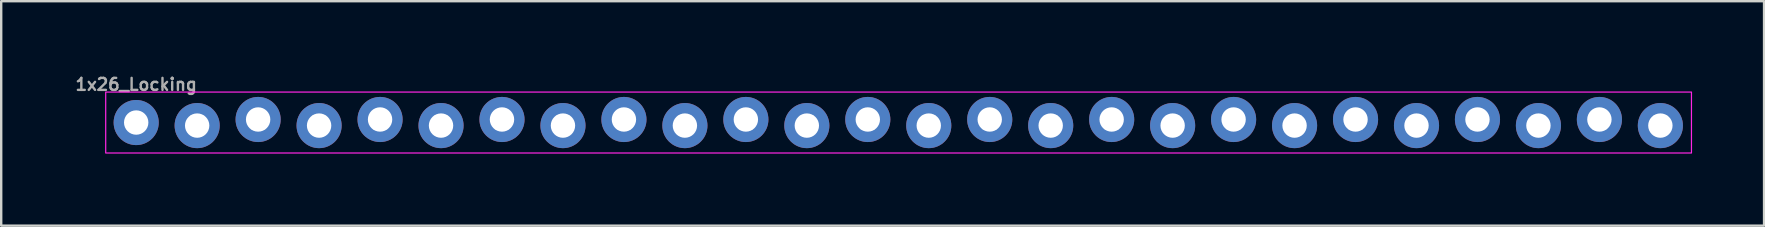
<source format=kicad_pcb>
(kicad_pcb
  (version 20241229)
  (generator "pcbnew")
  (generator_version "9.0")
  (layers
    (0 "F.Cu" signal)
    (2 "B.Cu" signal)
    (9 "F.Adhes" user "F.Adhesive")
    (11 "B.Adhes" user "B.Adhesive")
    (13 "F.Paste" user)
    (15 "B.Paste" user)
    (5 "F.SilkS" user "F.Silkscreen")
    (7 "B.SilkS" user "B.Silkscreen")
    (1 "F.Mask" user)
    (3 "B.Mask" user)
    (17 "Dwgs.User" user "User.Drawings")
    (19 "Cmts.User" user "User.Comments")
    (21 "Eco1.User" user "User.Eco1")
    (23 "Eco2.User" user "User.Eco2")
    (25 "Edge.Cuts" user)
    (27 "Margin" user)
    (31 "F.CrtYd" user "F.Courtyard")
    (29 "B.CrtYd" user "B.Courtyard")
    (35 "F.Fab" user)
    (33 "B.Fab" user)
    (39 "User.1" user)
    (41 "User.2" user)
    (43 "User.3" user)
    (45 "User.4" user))
  (footprint "1x26_Locking"
    (layer "F.Cu")
    (at 2.624 2.055)
    (property "Reference" "1x26_Locking" (at 0 -1.587 0) (layer "F.Fab") (effects (font (size 0.5 0.5) (thickness 0.1))))
    (fp_rect (start -1.27 -1.27) (end 64.795 1.27) (stroke (width 0.05) (type default)) (fill no) (layer "F.CrtYd"))
    (fp_poly (pts (xy -0.254 0.254) (xy 0.254 0.254) (xy 0.254 -0.254) (xy -0.254 -0.254)) (stroke (width 0.1) (type default)) (fill no) (layer "F.Fab"))
    (fp_poly (pts (xy 2.286 0.254) (xy 2.794 0.254) (xy 2.794 -0.254) (xy 2.286 -0.254)) (stroke (width 0.1) (type default)) (fill no) (layer "F.Fab"))
    (fp_poly (pts (xy 4.826 0.254) (xy 5.334 0.254) (xy 5.334 -0.254) (xy 4.826 -0.254)) (stroke (width 0.1) (type default)) (fill no) (layer "F.Fab"))
    (fp_poly (pts (xy 7.366 0.254) (xy 7.874 0.254) (xy 7.874 -0.254) (xy 7.366 -0.254)) (stroke (width 0.1) (type default)) (fill no) (layer "F.Fab"))
    (fp_poly (pts (xy 9.906 0.254) (xy 10.414 0.254) (xy 10.414 -0.254) (xy 9.906 -0.254)) (stroke (width 0.1) (type default)) (fill no) (layer "F.Fab"))
    (fp_poly (pts (xy 12.446 0.254) (xy 12.954 0.254) (xy 12.954 -0.254) (xy 12.446 -0.254)) (stroke (width 0.1) (type default)) (fill no) (layer "F.Fab"))
    (fp_poly (pts (xy 14.986 0.254) (xy 15.494 0.254) (xy 15.494 -0.254) (xy 14.986 -0.254)) (stroke (width 0.1) (type default)) (fill no) (layer "F.Fab"))
    (fp_poly (pts (xy 17.526 0.254) (xy 18.034 0.254) (xy 18.034 -0.254) (xy 17.526 -0.254)) (stroke (width 0.1) (type default)) (fill no) (layer "F.Fab"))
    (fp_poly (pts (xy 20.066 0.254) (xy 20.574 0.254) (xy 20.574 -0.254) (xy 20.066 -0.254)) (stroke (width 0.1) (type default)) (fill no) (layer "F.Fab"))
    (fp_poly (pts (xy 22.606 0.254) (xy 23.114 0.254) (xy 23.114 -0.254) (xy 22.606 -0.254)) (stroke (width 0.1) (type default)) (fill no) (layer "F.Fab"))
    (fp_poly (pts (xy 25.146 0.254) (xy 25.654 0.254) (xy 25.654 -0.254) (xy 25.146 -0.254)) (stroke (width 0.1) (type default)) (fill no) (layer "F.Fab"))
    (fp_poly (pts (xy 27.686 0.254) (xy 28.194 0.254) (xy 28.194 -0.254) (xy 27.686 -0.254)) (stroke (width 0.1) (type default)) (fill no) (layer "F.Fab"))
    (fp_poly (pts (xy 30.226 0.254) (xy 30.734 0.254) (xy 30.734 -0.254) (xy 30.226 -0.254)) (stroke (width 0.1) (type default)) (fill no) (layer "F.Fab"))
    (fp_poly (pts (xy 32.766 0.254) (xy 33.274 0.254) (xy 33.274 -0.254) (xy 32.766 -0.254)) (stroke (width 0.1) (type default)) (fill no) (layer "F.Fab"))
    (fp_poly (pts (xy 35.306 0.254) (xy 35.814 0.254) (xy 35.814 -0.254) (xy 35.306 -0.254)) (stroke (width 0.1) (type default)) (fill no) (layer "F.Fab"))
    (fp_poly (pts (xy 37.846 0.254) (xy 38.354 0.254) (xy 38.354 -0.254) (xy 37.846 -0.254)) (stroke (width 0.1) (type default)) (fill no) (layer "F.Fab"))
    (fp_poly (pts (xy 40.386 0.254) (xy 40.894 0.254) (xy 40.894 -0.254) (xy 40.386 -0.254)) (stroke (width 0.1) (type default)) (fill no) (layer "F.Fab"))
    (fp_poly (pts (xy 42.926 0.254) (xy 43.434 0.254) (xy 43.434 -0.254) (xy 42.926 -0.254)) (stroke (width 0.1) (type default)) (fill no) (layer "F.Fab"))
    (fp_poly (pts (xy 45.466 0.254) (xy 45.974 0.254) (xy 45.974 -0.254) (xy 45.466 -0.254)) (stroke (width 0.1) (type default)) (fill no) (layer "F.Fab"))
    (fp_poly (pts (xy 48.006 0.254) (xy 48.514 0.254) (xy 48.514 -0.254) (xy 48.006 -0.254)) (stroke (width 0.1) (type default)) (fill no) (layer "F.Fab"))
    (fp_poly (pts (xy 50.546 0.254) (xy 51.054 0.254) (xy 51.054 -0.254) (xy 50.546 -0.254)) (stroke (width 0.1) (type default)) (fill no) (layer "F.Fab"))
    (fp_poly (pts (xy 53.086 0.254) (xy 53.594 0.254) (xy 53.594 -0.254) (xy 53.086 -0.254)) (stroke (width 0.1) (type default)) (fill no) (layer "F.Fab"))
    (fp_poly (pts (xy 55.626 0.254) (xy 56.134 0.254) (xy 56.134 -0.254) (xy 55.626 -0.254)) (stroke (width 0.1) (type default)) (fill no) (layer "F.Fab"))
    (fp_poly (pts (xy 58.166 0.254) (xy 58.674 0.254) (xy 58.674 -0.254) (xy 58.166 -0.254)) (stroke (width 0.1) (type default)) (fill no) (layer "F.Fab"))
    (fp_poly (pts (xy 60.706 0.254) (xy 61.214 0.254) (xy 61.214 -0.254) (xy 60.706 -0.254)) (stroke (width 0.1) (type default)) (fill no) (layer "F.Fab"))
    (fp_poly (pts (xy 63.246 0.254) (xy 63.754 0.254) (xy 63.754 -0.254) (xy 63.246 -0.254)) (stroke (width 0.1) (type default)) (fill no) (layer "F.Fab"))
    (pad "1" thru_hole circle (at 0 0 90) (size 1.88 1.88) (drill 1.016) (layers "*.Cu" "*.Mask") (remove_unused_layers yes) (keep_end_layers yes) (zone_layer_connections))
    (pad "2" thru_hole circle (at 2.54 0.127 90) (size 1.88 1.88) (drill 1.016) (layers "*.Cu" "*.Mask") (remove_unused_layers yes) (keep_end_layers yes) (zone_layer_connections))
    (pad "3" thru_hole circle (at 5.08 -0.127 90) (size 1.88 1.88) (drill 1.016) (layers "*.Cu" "*.Mask") (remove_unused_layers yes) (keep_end_layers yes) (zone_layer_connections))
    (pad "4" thru_hole circle (at 7.62 0.127 90) (size 1.88 1.88) (drill 1.016) (layers "*.Cu" "*.Mask") (remove_unused_layers yes) (keep_end_layers yes) (zone_layer_connections))
    (pad "5" thru_hole circle (at 10.16 -0.127 90) (size 1.88 1.88) (drill 1.016) (layers "*.Cu" "*.Mask") (remove_unused_layers yes) (keep_end_layers yes) (zone_layer_connections))
    (pad "6" thru_hole circle (at 12.7 0.127 90) (size 1.88 1.88) (drill 1.016) (layers "*.Cu" "*.Mask") (remove_unused_layers yes) (keep_end_layers yes) (zone_layer_connections))
    (pad "7" thru_hole circle (at 15.24 -0.127 90) (size 1.88 1.88) (drill 1.016) (layers "*.Cu" "*.Mask") (remove_unused_layers yes) (keep_end_layers yes) (zone_layer_connections))
    (pad "8" thru_hole circle (at 17.78 0.127 90) (size 1.88 1.88) (drill 1.016) (layers "*.Cu" "*.Mask") (remove_unused_layers yes) (keep_end_layers yes) (zone_layer_connections))
    (pad "9" thru_hole circle (at 20.32 -0.127 90) (size 1.88 1.88) (drill 1.016) (layers "*.Cu" "*.Mask") (remove_unused_layers yes) (keep_end_layers yes) (zone_layer_connections))
    (pad "10" thru_hole circle (at 22.86 0.127 90) (size 1.88 1.88) (drill 1.016) (layers "*.Cu" "*.Mask") (remove_unused_layers yes) (keep_end_layers yes) (zone_layer_connections))
    (pad "11" thru_hole circle (at 25.4 -0.127 90) (size 1.88 1.88) (drill 1.016) (layers "*.Cu" "*.Mask") (remove_unused_layers yes) (keep_end_layers yes) (zone_layer_connections))
    (pad "12" thru_hole circle (at 27.94 0.127 90) (size 1.88 1.88) (drill 1.016) (layers "*.Cu" "*.Mask") (remove_unused_layers yes) (keep_end_layers yes) (zone_layer_connections))
    (pad "13" thru_hole circle (at 30.48 -0.127 90) (size 1.88 1.88) (drill 1.016) (layers "*.Cu" "*.Mask") (remove_unused_layers yes) (keep_end_layers yes) (zone_layer_connections))
    (pad "14" thru_hole circle (at 33.02 0.127 90) (size 1.88 1.88) (drill 1.016) (layers "*.Cu" "*.Mask") (remove_unused_layers yes) (keep_end_layers yes) (zone_layer_connections))
    (pad "15" thru_hole circle (at 35.56 -0.127 90) (size 1.88 1.88) (drill 1.016) (layers "*.Cu" "*.Mask") (remove_unused_layers yes) (keep_end_layers yes) (zone_layer_connections))
    (pad "16" thru_hole circle (at 38.1 0.127 90) (size 1.88 1.88) (drill 1.016) (layers "*.Cu" "*.Mask") (remove_unused_layers yes) (keep_end_layers yes) (zone_layer_connections))
    (pad "17" thru_hole circle (at 40.64 -0.127 90) (size 1.88 1.88) (drill 1.016) (layers "*.Cu" "*.Mask") (remove_unused_layers yes) (keep_end_layers yes) (zone_layer_connections))
    (pad "18" thru_hole circle (at 43.18 0.127 90) (size 1.88 1.88) (drill 1.016) (layers "*.Cu" "*.Mask") (remove_unused_layers yes) (keep_end_layers yes) (zone_layer_connections))
    (pad "19" thru_hole circle (at 45.72 -0.127 90) (size 1.88 1.88) (drill 1.016) (layers "*.Cu" "*.Mask") (remove_unused_layers yes) (keep_end_layers yes) (zone_layer_connections))
    (pad "20" thru_hole circle (at 48.26 0.127 90) (size 1.88 1.88) (drill 1.016) (layers "*.Cu" "*.Mask") (remove_unused_layers yes) (keep_end_layers yes) (zone_layer_connections))
    (pad "21" thru_hole circle (at 50.8 -0.127 90) (size 1.88 1.88) (drill 1.016) (layers "*.Cu" "*.Mask") (remove_unused_layers yes) (keep_end_layers yes) (zone_layer_connections))
    (pad "22" thru_hole circle (at 53.34 0.127 90) (size 1.88 1.88) (drill 1.016) (layers "*.Cu" "*.Mask") (remove_unused_layers yes) (keep_end_layers yes) (zone_layer_connections))
    (pad "23" thru_hole circle (at 55.88 -0.127 90) (size 1.88 1.88) (drill 1.016) (layers "*.Cu" "*.Mask") (remove_unused_layers yes) (keep_end_layers yes) (zone_layer_connections))
    (pad "24" thru_hole circle (at 58.42 0.127 90) (size 1.88 1.88) (drill 1.016) (layers "*.Cu" "*.Mask") (remove_unused_layers yes) (keep_end_layers yes) (zone_layer_connections))
    (pad "25" thru_hole circle (at 60.96 -0.127 90) (size 1.88 1.88) (drill 1.016) (layers "*.Cu" "*.Mask") (remove_unused_layers yes) (keep_end_layers yes) (zone_layer_connections))
    (pad "26" thru_hole circle (at 63.5 0.127 90) (size 1.88 1.88) (drill 1.016) (layers "*.Cu" "*.Mask") (remove_unused_layers yes) (keep_end_layers yes) (zone_layer_connections)))
  (gr_rect
    (start -3 -3)
    (end 70.444 6.351)
    (stroke (width 0.1) (type default))
    (fill no)
    (layer "Edge.Cuts")))
</source>
